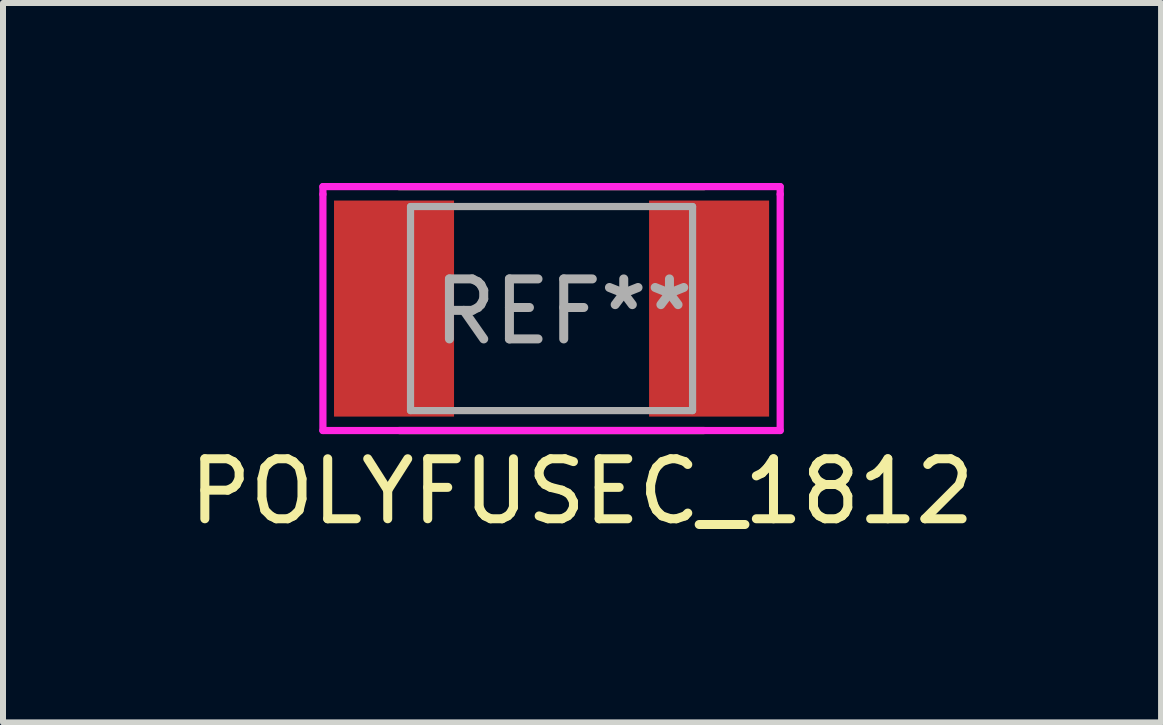
<source format=kicad_pcb>
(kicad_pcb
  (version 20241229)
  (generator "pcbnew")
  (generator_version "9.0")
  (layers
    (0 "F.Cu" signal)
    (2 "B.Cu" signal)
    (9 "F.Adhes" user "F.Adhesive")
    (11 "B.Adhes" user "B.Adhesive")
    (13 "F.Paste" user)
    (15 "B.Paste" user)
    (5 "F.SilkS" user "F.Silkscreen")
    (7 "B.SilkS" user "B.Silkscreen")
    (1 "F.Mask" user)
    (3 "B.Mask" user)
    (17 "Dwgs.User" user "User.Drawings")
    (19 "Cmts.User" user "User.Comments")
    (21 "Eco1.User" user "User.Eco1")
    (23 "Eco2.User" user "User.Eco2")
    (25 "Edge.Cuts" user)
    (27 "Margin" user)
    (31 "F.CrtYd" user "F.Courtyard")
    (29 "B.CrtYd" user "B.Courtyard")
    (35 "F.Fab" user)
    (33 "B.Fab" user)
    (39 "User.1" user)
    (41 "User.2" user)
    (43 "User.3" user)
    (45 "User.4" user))
  (footprint "POLYFUSEC_1812"
    (layer "F.Cu")
    (at 6.141 2.092)
    (property "Reference" "POLYFUSEC_1812" (at 0.508 3.048 0) (layer "F.SilkS") (effects (font (size 1 1) (thickness 0.15))))
    (attr through_hole)
    (fp_line (start -2.54 -2.032) (end 2.54 -2.032) (stroke (width 0.12) (type solid)) (layer "F.SilkS"))
    (fp_line (start -2.54 2.032) (end 2.54 2.032) (stroke (width 0.12) (type solid)) (layer "F.SilkS"))
    (fp_line (start -3.81 -2.032) (end -3.81 -1.905) (stroke (width 0.12) (type solid)) (layer "F.CrtYd"))
    (fp_line (start -3.81 -1.905) (end -3.81 2.032) (stroke (width 0.12) (type solid)) (layer "F.CrtYd"))
    (fp_line (start -3.81 2.032) (end 3.81 2.032) (stroke (width 0.12) (type solid)) (layer "F.CrtYd"))
    (fp_line (start 3.81 -2.032) (end -3.81 -2.032) (stroke (width 0.12) (type solid)) (layer "F.CrtYd"))
    (fp_line (start 3.81 -1.905) (end 3.81 -2.032) (stroke (width 0.12) (type solid)) (layer "F.CrtYd"))
    (fp_line (start 3.81 2.032) (end 3.81 -1.905) (stroke (width 0.12) (type solid)) (layer "F.CrtYd"))
    (fp_line (start -2.35 -1.7) (end -2.35 1.7) (stroke (width 0.12) (type solid)) (layer "F.Fab"))
    (fp_line (start -2.35 -1.7) (end 2.35 -1.7) (stroke (width 0.12) (type solid)) (layer "F.Fab"))
    (fp_line (start -2.35 1.7) (end 2.35 1.7) (stroke (width 0.12) (type solid)) (layer "F.Fab"))
    (fp_line (start 2.35 -1.7) (end 2.35 1.7) (stroke (width 0.12) (type solid)) (layer "F.Fab"))
    (fp_text user "REF**" (at 0.203 0.051 0) (layer "F.Fab") (effects (font (size 1 1) (thickness 0.15))))
    (pad "1" smd rect (at -2.625 0) (size 2 3.6) (layers "F.Cu" "F.Mask" "F.Paste"))
    (pad "2" smd rect (at 2.625 0) (size 2 3.6) (layers "F.Cu" "F.Mask" "F.Paste")))
  (gr_rect
    (start -3 -3)
    (end 16.298 8.988)
    (stroke (width 0.1) (type default))
    (fill no)
    (layer "Edge.Cuts")))
</source>
